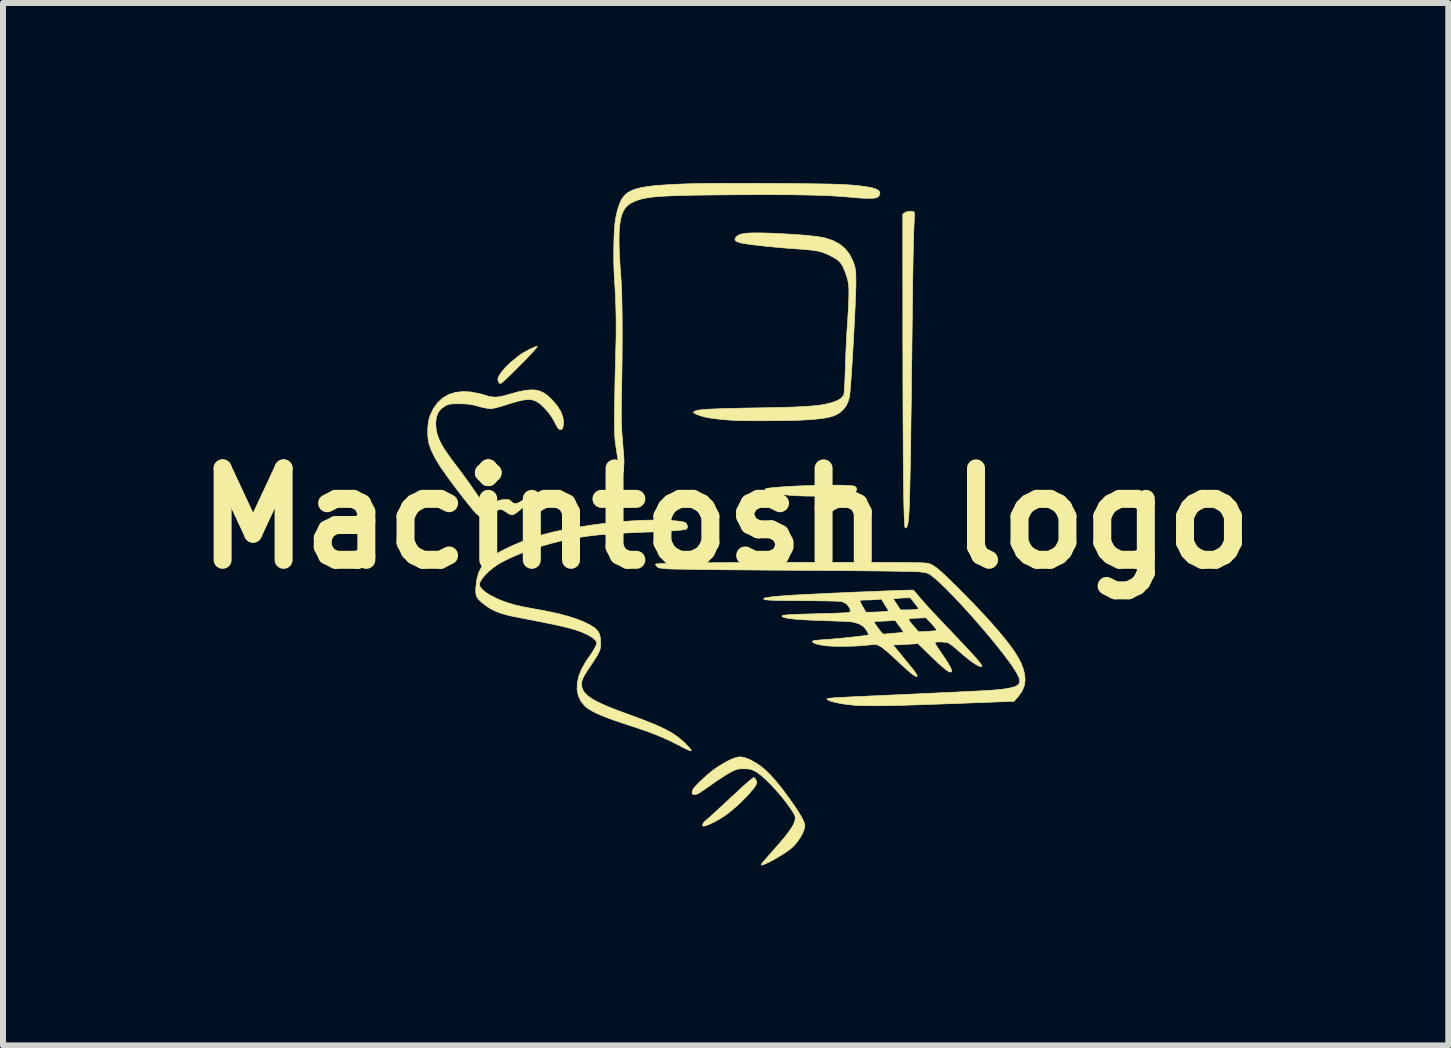
<source format=kicad_pcb>
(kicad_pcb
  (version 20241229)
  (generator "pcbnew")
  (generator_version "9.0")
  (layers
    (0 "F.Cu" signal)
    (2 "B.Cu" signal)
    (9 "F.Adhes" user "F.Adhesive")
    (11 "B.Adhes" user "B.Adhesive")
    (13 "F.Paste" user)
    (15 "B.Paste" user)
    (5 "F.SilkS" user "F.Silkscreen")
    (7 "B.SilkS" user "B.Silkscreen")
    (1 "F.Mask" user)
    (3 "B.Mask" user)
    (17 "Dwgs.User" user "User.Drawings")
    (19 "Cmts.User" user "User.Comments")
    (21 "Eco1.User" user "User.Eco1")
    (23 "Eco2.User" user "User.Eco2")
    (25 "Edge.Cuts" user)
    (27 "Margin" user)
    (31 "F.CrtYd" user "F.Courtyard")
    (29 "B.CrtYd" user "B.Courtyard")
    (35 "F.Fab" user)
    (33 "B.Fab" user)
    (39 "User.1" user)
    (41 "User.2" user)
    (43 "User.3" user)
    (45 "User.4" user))
  (footprint "Macintosh logo"
    (layer "F.Cu")
    (at 9.042 5.59)
    (property "Reference" "Macintosh logo" (at 0 0 0) (layer "F.SilkS") (effects (font (size 1.524 1.524) (thickness 0.3))))
    (attr through_hole)
    (fp_poly (pts (xy -3.142 -2.857) (xy -3.161 -2.833) (xy -3.194 -2.795) (xy -3.238 -2.747) (xy -3.29 -2.692) (xy -3.348 -2.631) (xy -3.411 -2.568) (xy -3.474 -2.504) (xy -3.537 -2.442) (xy -3.595 -2.385) (xy -3.648 -2.334) (xy -3.693 -2.293) (xy -3.727 -2.264) (xy -3.747 -2.249) (xy -3.751 -2.248) (xy -3.772 -2.258) (xy -3.786 -2.279) (xy -3.795 -2.31) (xy -3.79 -2.345) (xy -3.77 -2.387) (xy -3.733 -2.441) (xy -3.727 -2.449) (xy -3.661 -2.526) (xy -3.574 -2.608) (xy -3.471 -2.692) (xy -3.442 -2.714) (xy -3.397 -2.745) (xy -3.343 -2.777) (xy -3.287 -2.808) (xy -3.233 -2.834) (xy -3.186 -2.855) (xy -3.152 -2.866) (xy -3.139 -2.867) (xy -3.142 -2.857)) (stroke (width 0.01) (type solid)) (fill yes) (layer "F.SilkS"))
    (fp_poly (pts (xy 0.487 4.329) (xy 0.505 4.354) (xy 0.518 4.385) (xy 0.521 4.402) (xy 0.511 4.432) (xy 0.485 4.475) (xy 0.444 4.528) (xy 0.391 4.589) (xy 0.328 4.656) (xy 0.259 4.725) (xy 0.185 4.794) (xy 0.11 4.859) (xy 0.035 4.919) (xy 0.025 4.927) (xy -0.034 4.968) (xy -0.104 5.011) (xy -0.177 5.052) (xy -0.248 5.087) (xy -0.309 5.113) (xy -0.346 5.125) (xy -0.371 5.128) (xy -0.38 5.118) (xy -0.381 5.103) (xy -0.37 5.073) (xy -0.335 5.038) (xy -0.328 5.032) (xy -0.306 5.013) (xy -0.268 4.98) (xy -0.217 4.933) (xy -0.156 4.878) (xy -0.088 4.815) (xy -0.016 4.748) (xy 0.001 4.733) (xy 0.119 4.623) (xy 0.219 4.53) (xy 0.302 4.454) (xy 0.368 4.396) (xy 0.418 4.354) (xy 0.451 4.328) (xy 0.468 4.318) (xy 0.47 4.318) (xy 0.487 4.329)) (stroke (width 0.01) (type solid)) (fill yes) (layer "F.SilkS"))
    (fp_poly (pts (xy 1.856 -0.555) (xy 1.947 -0.554) (xy 2.025 -0.551) (xy 2.088 -0.547) (xy 2.133 -0.541) (xy 2.156 -0.535) (xy 2.179 -0.51) (xy 2.183 -0.478) (xy 2.167 -0.446) (xy 2.162 -0.441) (xy 2.136 -0.426) (xy 2.097 -0.412) (xy 2.081 -0.407) (xy 2.02 -0.397) (xy 1.938 -0.388) (xy 1.838 -0.381) (xy 1.725 -0.376) (xy 1.603 -0.373) (xy 1.475 -0.372) (xy 1.347 -0.373) (xy 1.221 -0.377) (xy 1.213 -0.377) (xy 1.08 -0.385) (xy 0.961 -0.397) (xy 0.859 -0.414) (xy 0.778 -0.434) (xy 0.758 -0.44) (xy 0.713 -0.457) (xy 0.677 -0.472) (xy 0.657 -0.482) (xy 0.656 -0.483) (xy 0.66 -0.491) (xy 0.686 -0.499) (xy 0.733 -0.507) (xy 0.797 -0.514) (xy 0.877 -0.521) (xy 0.969 -0.528) (xy 1.072 -0.534) (xy 1.181 -0.54) (xy 1.296 -0.545) (xy 1.414 -0.549) (xy 1.531 -0.552) (xy 1.645 -0.554) (xy 1.755 -0.555) (xy 1.856 -0.555)) (stroke (width 0.01) (type solid)) (fill yes) (layer "F.SilkS"))
    (fp_poly (pts (xy 3.125 -5.114) (xy 3.144 -5.102) (xy 3.144 -5.101) (xy 3.146 -5.083) (xy 3.146 -5.044) (xy 3.145 -4.989) (xy 3.142 -4.92) (xy 3.138 -4.843) (xy 3.138 -4.837) (xy 3.136 -4.787) (xy 3.134 -4.715) (xy 3.131 -4.621) (xy 3.129 -4.509) (xy 3.126 -4.381) (xy 3.123 -4.239) (xy 3.121 -4.085) (xy 3.118 -3.923) (xy 3.116 -3.753) (xy 3.114 -3.579) (xy 3.112 -3.429) (xy 3.108 -3.079) (xy 3.104 -2.753) (xy 3.1 -2.451) (xy 3.097 -2.172) (xy 3.094 -1.914) (xy 3.09 -1.677) (xy 3.087 -1.46) (xy 3.085 -1.261) (xy 3.082 -1.081) (xy 3.079 -0.918) (xy 3.076 -0.77) (xy 3.073 -0.638) (xy 3.071 -0.521) (xy 3.068 -0.416) (xy 3.065 -0.324) (xy 3.062 -0.244) (xy 3.06 -0.173) (xy 3.057 -0.113) (xy 3.054 -0.061) (xy 3.05 -0.017) (xy 3.047 0.02) (xy 3.043 0.051) (xy 3.041 0.072) (xy 3.031 0.116) (xy 3.018 0.146) (xy 3.003 0.16) (xy 2.992 0.154) (xy 2.987 0.135) (xy 2.983 0.092) (xy 2.979 0.027) (xy 2.976 -0.063) (xy 2.972 -0.176) (xy 2.969 -0.313) (xy 2.967 -0.474) (xy 2.964 -0.659) (xy 2.962 -0.868) (xy 2.96 -1.102) (xy 2.959 -1.361) (xy 2.957 -1.644) (xy 2.956 -1.952) (xy 2.955 -2.285) (xy 2.955 -2.643) (xy 2.954 -2.887) (xy 2.953 -5.07) (xy 2.983 -5.094) (xy 3.012 -5.108) (xy 3.051 -5.117) (xy 3.092 -5.119) (xy 3.125 -5.114)) (stroke (width 0.01) (type solid)) (fill yes) (layer "F.SilkS"))
    (fp_poly (pts (xy 0.313 3.983) (xy 0.381 4.009) (xy 0.406 4.02) (xy 0.499 4.07) (xy 0.587 4.13) (xy 0.673 4.202) (xy 0.761 4.289) (xy 0.853 4.394) (xy 0.952 4.518) (xy 0.973 4.547) (xy 1.073 4.683) (xy 1.157 4.802) (xy 1.223 4.904) (xy 1.273 4.989) (xy 1.305 5.056) (xy 1.32 5.105) (xy 1.321 5.118) (xy 1.311 5.176) (xy 1.285 5.245) (xy 1.244 5.318) (xy 1.194 5.391) (xy 1.136 5.457) (xy 1.082 5.507) (xy 1.005 5.562) (xy 0.914 5.621) (xy 0.816 5.679) (xy 0.721 5.729) (xy 0.711 5.733) (xy 0.653 5.76) (xy 0.615 5.774) (xy 0.596 5.777) (xy 0.595 5.767) (xy 0.609 5.745) (xy 0.61 5.744) (xy 0.627 5.723) (xy 0.657 5.688) (xy 0.699 5.64) (xy 0.747 5.585) (xy 0.8 5.525) (xy 0.803 5.522) (xy 0.902 5.409) (xy 0.983 5.312) (xy 1.048 5.228) (xy 1.097 5.158) (xy 1.132 5.098) (xy 1.153 5.047) (xy 1.161 5.004) (xy 1.158 4.967) (xy 1.156 4.959) (xy 1.142 4.929) (xy 1.118 4.887) (xy 1.087 4.839) (xy 1.077 4.824) (xy 1.001 4.72) (xy 0.92 4.618) (xy 0.835 4.521) (xy 0.751 4.43) (xy 0.67 4.35) (xy 0.594 4.284) (xy 0.528 4.234) (xy 0.487 4.21) (xy 0.446 4.191) (xy 0.41 4.179) (xy 0.37 4.174) (xy 0.316 4.172) (xy 0.303 4.172) (xy 0.25 4.173) (xy 0.21 4.176) (xy 0.175 4.186) (xy 0.135 4.202) (xy 0.087 4.226) (xy 0.041 4.252) (xy -0.019 4.289) (xy -0.088 4.334) (xy -0.16 4.382) (xy -0.214 4.42) (xy -0.279 4.466) (xy -0.34 4.509) (xy -0.394 4.545) (xy -0.435 4.572) (xy -0.459 4.586) (xy -0.507 4.603) (xy -0.54 4.601) (xy -0.557 4.581) (xy -0.555 4.545) (xy -0.541 4.51) (xy -0.521 4.483) (xy -0.485 4.443) (xy -0.437 4.395) (xy -0.381 4.342) (xy -0.321 4.288) (xy -0.261 4.237) (xy -0.205 4.192) (xy -0.179 4.173) (xy -0.118 4.132) (xy -0.046 4.088) (xy 0.023 4.048) (xy 0.046 4.037) (xy 0.125 4) (xy 0.192 3.979) (xy 0.252 3.973) (xy 0.313 3.983)) (stroke (width 0.01) (type solid)) (fill yes) (layer "F.SilkS"))
    (fp_poly (pts (xy 0.613 -4.758) (xy 0.749 -4.754) (xy 0.819 -4.751) (xy 1.017 -4.741) (xy 1.193 -4.73) (xy 1.345 -4.718) (xy 1.474 -4.704) (xy 1.579 -4.69) (xy 1.659 -4.674) (xy 1.662 -4.673) (xy 1.792 -4.63) (xy 1.901 -4.571) (xy 1.992 -4.496) (xy 2.065 -4.403) (xy 2.121 -4.292) (xy 2.14 -4.238) (xy 2.152 -4.198) (xy 2.161 -4.162) (xy 2.166 -4.124) (xy 2.17 -4.078) (xy 2.171 -4.019) (xy 2.172 -3.941) (xy 2.172 -3.923) (xy 2.171 -3.862) (xy 2.169 -3.782) (xy 2.165 -3.685) (xy 2.161 -3.574) (xy 2.155 -3.453) (xy 2.149 -3.322) (xy 2.142 -3.186) (xy 2.135 -3.046) (xy 2.127 -2.905) (xy 2.119 -2.766) (xy 2.111 -2.631) (xy 2.103 -2.504) (xy 2.095 -2.385) (xy 2.087 -2.279) (xy 2.08 -2.187) (xy 2.074 -2.113) (xy 2.069 -2.058) (xy 2.064 -2.026) (xy 2.064 -2.023) (xy 2.038 -1.938) (xy 2.005 -1.87) (xy 1.959 -1.814) (xy 1.947 -1.802) (xy 1.906 -1.766) (xy 1.861 -1.737) (xy 1.809 -1.712) (xy 1.747 -1.693) (xy 1.672 -1.676) (xy 1.583 -1.663) (xy 1.475 -1.652) (xy 1.346 -1.643) (xy 1.27 -1.639) (xy 1.198 -1.636) (xy 1.105 -1.633) (xy 0.997 -1.631) (xy 0.879 -1.63) (xy 0.754 -1.629) (xy 0.628 -1.628) (xy 0.505 -1.628) (xy 0.39 -1.629) (xy 0.287 -1.63) (xy 0.201 -1.632) (xy 0.146 -1.634) (xy 0.039 -1.641) (xy -0.067 -1.65) (xy -0.166 -1.661) (xy -0.254 -1.673) (xy -0.323 -1.686) (xy -0.34 -1.69) (xy -0.408 -1.708) (xy -0.465 -1.728) (xy -0.507 -1.745) (xy -0.53 -1.76) (xy -0.533 -1.767) (xy -0.529 -1.778) (xy -0.514 -1.788) (xy -0.489 -1.797) (xy -0.45 -1.805) (xy -0.397 -1.812) (xy -0.329 -1.818) (xy -0.243 -1.823) (xy -0.139 -1.827) (xy -0.015 -1.832) (xy 0.13 -1.835) (xy 0.298 -1.839) (xy 0.47 -1.842) (xy 0.671 -1.845) (xy 0.849 -1.849) (xy 1.005 -1.853) (xy 1.142 -1.857) (xy 1.261 -1.863) (xy 1.365 -1.869) (xy 1.454 -1.876) (xy 1.532 -1.884) (xy 1.6 -1.893) (xy 1.661 -1.904) (xy 1.715 -1.916) (xy 1.765 -1.929) (xy 1.777 -1.933) (xy 1.862 -1.965) (xy 1.924 -2.002) (xy 1.961 -2.044) (xy 1.969 -2.06) (xy 1.974 -2.088) (xy 1.979 -2.14) (xy 1.984 -2.217) (xy 1.989 -2.317) (xy 1.993 -2.44) (xy 1.995 -2.498) (xy 1.999 -2.614) (xy 2.003 -2.737) (xy 2.009 -2.861) (xy 2.014 -2.98) (xy 2.02 -3.086) (xy 2.026 -3.171) (xy 2.033 -3.27) (xy 2.039 -3.377) (xy 2.045 -3.483) (xy 2.05 -3.58) (xy 2.053 -3.658) (xy 2.055 -3.757) (xy 2.054 -3.838) (xy 2.048 -3.908) (xy 2.036 -3.973) (xy 2.017 -4.039) (xy 1.99 -4.115) (xy 1.981 -4.139) (xy 1.949 -4.209) (xy 1.911 -4.265) (xy 1.861 -4.311) (xy 1.794 -4.353) (xy 1.756 -4.373) (xy 1.695 -4.403) (xy 1.637 -4.426) (xy 1.58 -4.445) (xy 1.517 -4.459) (xy 1.444 -4.47) (xy 1.356 -4.479) (xy 1.25 -4.488) (xy 1.213 -4.49) (xy 1.077 -4.5) (xy 0.937 -4.511) (xy 0.797 -4.524) (xy 0.662 -4.537) (xy 0.537 -4.551) (xy 0.426 -4.564) (xy 0.335 -4.577) (xy 0.318 -4.579) (xy 0.24 -4.595) (xy 0.188 -4.613) (xy 0.16 -4.634) (xy 0.156 -4.659) (xy 0.175 -4.689) (xy 0.206 -4.716) (xy 0.235 -4.731) (xy 0.277 -4.743) (xy 0.334 -4.752) (xy 0.408 -4.757) (xy 0.5 -4.759) (xy 0.613 -4.758)) (stroke (width 0.01) (type solid)) (fill yes) (layer "F.SilkS"))
    (fp_poly (pts (xy 0.458 -5.585) (xy 0.633 -5.584) (xy 0.807 -5.584) (xy 0.98 -5.582) (xy 1.147 -5.581) (xy 1.308 -5.579) (xy 1.459 -5.577) (xy 1.598 -5.575) (xy 1.722 -5.573) (xy 1.829 -5.57) (xy 1.917 -5.567) (xy 1.982 -5.564) (xy 2 -5.563) (xy 2.146 -5.552) (xy 2.268 -5.539) (xy 2.367 -5.525) (xy 2.445 -5.509) (xy 2.503 -5.491) (xy 2.543 -5.47) (xy 2.565 -5.446) (xy 2.572 -5.419) (xy 2.566 -5.393) (xy 2.545 -5.363) (xy 2.52 -5.346) (xy 2.484 -5.339) (xy 2.425 -5.335) (xy 2.348 -5.335) (xy 2.256 -5.339) (xy 2.153 -5.347) (xy 2.089 -5.353) (xy 1.987 -5.362) (xy 1.875 -5.37) (xy 1.75 -5.377) (xy 1.61 -5.383) (xy 1.456 -5.388) (xy 1.285 -5.391) (xy 1.096 -5.394) (xy 0.886 -5.395) (xy 0.656 -5.396) (xy 0.403 -5.395) (xy 0.148 -5.394) (xy -0.08 -5.392) (xy -0.284 -5.39) (xy -0.467 -5.388) (xy -0.628 -5.385) (xy -0.771 -5.381) (xy -0.897 -5.377) (xy -1.006 -5.372) (xy -1.102 -5.366) (xy -1.185 -5.359) (xy -1.257 -5.351) (xy -1.32 -5.341) (xy -1.375 -5.33) (xy -1.424 -5.318) (xy -1.468 -5.303) (xy -1.51 -5.288) (xy -1.536 -5.276) (xy -1.589 -5.248) (xy -1.635 -5.213) (xy -1.674 -5.171) (xy -1.706 -5.118) (xy -1.732 -5.054) (xy -1.751 -4.978) (xy -1.765 -4.887) (xy -1.773 -4.78) (xy -1.776 -4.655) (xy -1.774 -4.511) (xy -1.767 -4.346) (xy -1.755 -4.159) (xy -1.745 -4.026) (xy -1.737 -3.899) (xy -1.731 -3.748) (xy -1.727 -3.573) (xy -1.724 -3.374) (xy -1.723 -3.153) (xy -1.723 -2.909) (xy -1.725 -2.645) (xy -1.729 -2.359) (xy -1.732 -2.203) (xy -1.735 -2.055) (xy -1.736 -1.929) (xy -1.737 -1.821) (xy -1.738 -1.729) (xy -1.737 -1.649) (xy -1.735 -1.578) (xy -1.733 -1.513) (xy -1.73 -1.449) (xy -1.725 -1.385) (xy -1.722 -1.353) (xy -1.716 -1.267) (xy -1.709 -1.184) (xy -1.703 -1.108) (xy -1.698 -1.046) (xy -1.695 -1.003) (xy -1.693 -0.951) (xy -1.695 -0.891) (xy -1.7 -0.831) (xy -1.707 -0.776) (xy -1.715 -0.734) (xy -1.724 -0.709) (xy -1.726 -0.707) (xy -1.738 -0.708) (xy -1.745 -0.719) (xy -1.751 -0.742) (xy -1.76 -0.785) (xy -1.771 -0.844) (xy -1.783 -0.915) (xy -1.796 -0.994) (xy -1.809 -1.074) (xy -1.821 -1.153) (xy -1.832 -1.225) (xy -1.84 -1.286) (xy -1.842 -1.308) (xy -1.847 -1.36) (xy -1.85 -1.434) (xy -1.851 -1.528) (xy -1.852 -1.645) (xy -1.851 -1.784) (xy -1.849 -1.946) (xy -1.846 -2.132) (xy -1.842 -2.341) (xy -1.836 -2.575) (xy -1.83 -2.826) (xy -1.825 -3.012) (xy -1.824 -3.185) (xy -1.825 -3.353) (xy -1.829 -3.52) (xy -1.835 -3.694) (xy -1.845 -3.882) (xy -1.855 -4.045) (xy -1.86 -4.151) (xy -1.863 -4.268) (xy -1.864 -4.391) (xy -1.863 -4.516) (xy -1.861 -4.637) (xy -1.856 -4.751) (xy -1.85 -4.852) (xy -1.842 -4.935) (xy -1.836 -4.978) (xy -1.824 -5.043) (xy -1.809 -5.11) (xy -1.794 -5.167) (xy -1.789 -5.181) (xy -1.766 -5.246) (xy -1.74 -5.304) (xy -1.708 -5.354) (xy -1.67 -5.397) (xy -1.624 -5.434) (xy -1.567 -5.465) (xy -1.498 -5.49) (xy -1.415 -5.512) (xy -1.316 -5.529) (xy -1.201 -5.544) (xy -1.066 -5.555) (xy -0.91 -5.565) (xy -0.731 -5.573) (xy -0.629 -5.577) (xy -0.546 -5.579) (xy -0.443 -5.581) (xy -0.322 -5.583) (xy -0.186 -5.584) (xy -0.038 -5.585) (xy 0.121 -5.585) (xy 0.287 -5.585) (xy 0.458 -5.585)) (stroke (width 0.01) (type solid)) (fill yes) (layer "F.SilkS"))
    (fp_poly (pts (xy -3.17 -2.14) (xy -3.097 -2.123) (xy -3.029 -2.092) (xy -2.965 -2.046) (xy -2.899 -1.985) (xy -2.896 -1.981) (xy -2.809 -1.881) (xy -2.748 -1.785) (xy -2.712 -1.692) (xy -2.699 -1.602) (xy -2.711 -1.515) (xy -2.713 -1.509) (xy -2.73 -1.485) (xy -2.758 -1.481) (xy -2.783 -1.494) (xy -2.799 -1.514) (xy -2.821 -1.552) (xy -2.846 -1.598) (xy -2.856 -1.619) (xy -2.902 -1.698) (xy -2.961 -1.777) (xy -3.026 -1.85) (xy -3.093 -1.911) (xy -3.142 -1.944) (xy -3.182 -1.964) (xy -3.224 -1.977) (xy -3.27 -1.982) (xy -3.323 -1.98) (xy -3.387 -1.97) (xy -3.465 -1.952) (xy -3.56 -1.925) (xy -3.675 -1.889) (xy -3.685 -1.885) (xy -3.762 -1.862) (xy -3.831 -1.844) (xy -3.885 -1.832) (xy -3.918 -1.829) (xy -3.954 -1.832) (xy -4.006 -1.842) (xy -4.068 -1.855) (xy -4.125 -1.87) (xy -4.193 -1.888) (xy -4.248 -1.899) (xy -4.3 -1.906) (xy -4.357 -1.91) (xy -4.43 -1.911) (xy -4.439 -1.911) (xy -4.507 -1.911) (xy -4.557 -1.909) (xy -4.592 -1.906) (xy -4.62 -1.899) (xy -4.646 -1.889) (xy -4.67 -1.877) (xy -4.738 -1.83) (xy -4.787 -1.771) (xy -4.817 -1.699) (xy -4.83 -1.609) (xy -4.83 -1.568) (xy -4.824 -1.488) (xy -4.807 -1.408) (xy -4.779 -1.327) (xy -4.737 -1.24) (xy -4.68 -1.145) (xy -4.606 -1.038) (xy -4.55 -0.962) (xy -4.47 -0.856) (xy -4.403 -0.766) (xy -4.346 -0.689) (xy -4.296 -0.62) (xy -4.25 -0.556) (xy -4.207 -0.493) (xy -4.167 -0.435) (xy -4.112 -0.356) (xy -4.067 -0.297) (xy -4.03 -0.256) (xy -3.998 -0.23) (xy -3.97 -0.218) (xy -3.954 -0.216) (xy -3.927 -0.222) (xy -3.888 -0.24) (xy -3.845 -0.263) (xy -3.795 -0.291) (xy -3.751 -0.307) (xy -3.701 -0.314) (xy -3.689 -0.315) (xy -3.643 -0.317) (xy -3.614 -0.314) (xy -3.594 -0.304) (xy -3.579 -0.289) (xy -3.552 -0.265) (xy -3.529 -0.251) (xy -3.528 -0.251) (xy -3.488 -0.249) (xy -3.438 -0.267) (xy -3.379 -0.305) (xy -3.341 -0.337) (xy -3.28 -0.388) (xy -3.233 -0.42) (xy -3.199 -0.435) (xy -3.175 -0.432) (xy -3.175 -0.432) (xy -3.164 -0.42) (xy -3.168 -0.402) (xy -3.175 -0.387) (xy -3.194 -0.361) (xy -3.229 -0.323) (xy -3.275 -0.277) (xy -3.327 -0.228) (xy -3.382 -0.179) (xy -3.435 -0.135) (xy -3.472 -0.105) (xy -3.515 -0.075) (xy -3.548 -0.061) (xy -3.578 -0.061) (xy -3.613 -0.077) (xy -3.66 -0.109) (xy -3.661 -0.109) (xy -3.699 -0.133) (xy -3.735 -0.149) (xy -3.753 -0.152) (xy -3.777 -0.146) (xy -3.816 -0.13) (xy -3.865 -0.106) (xy -3.895 -0.089) (xy -3.963 -0.052) (xy -4.015 -0.031) (xy -4.057 -0.025) (xy -4.093 -0.034) (xy -4.129 -0.058) (xy -4.159 -0.085) (xy -4.193 -0.122) (xy -4.239 -0.178) (xy -4.297 -0.249) (xy -4.363 -0.333) (xy -4.436 -0.427) (xy -4.513 -0.529) (xy -4.594 -0.637) (xy -4.653 -0.718) (xy -4.757 -0.867) (xy -4.839 -1.003) (xy -4.9 -1.126) (xy -4.94 -1.234) (xy -4.948 -1.264) (xy -4.96 -1.345) (xy -4.965 -1.437) (xy -4.961 -1.532) (xy -4.95 -1.621) (xy -4.932 -1.696) (xy -4.928 -1.708) (xy -4.87 -1.829) (xy -4.799 -1.929) (xy -4.714 -2.007) (xy -4.615 -2.065) (xy -4.504 -2.101) (xy -4.38 -2.115) (xy -4.244 -2.108) (xy -4.096 -2.079) (xy -4.019 -2.057) (xy -3.952 -2.037) (xy -3.893 -2.026) (xy -3.837 -2.022) (xy -3.777 -2.027) (xy -3.708 -2.041) (xy -3.623 -2.064) (xy -3.588 -2.074) (xy -3.458 -2.11) (xy -3.347 -2.133) (xy -3.253 -2.143) (xy -3.17 -2.14)) (stroke (width 0.01) (type solid)) (fill yes) (layer "F.SilkS"))
    (fp_poly (pts (xy 2.019 0.731) (xy 2.228 0.731) (xy 2.415 0.731) (xy 2.581 0.732) (xy 2.728 0.732) (xy 2.856 0.733) (xy 2.967 0.734) (xy 3.062 0.735) (xy 3.141 0.736) (xy 3.207 0.737) (xy 3.261 0.739) (xy 3.302 0.741) (xy 3.334 0.743) (xy 3.356 0.745) (xy 3.369 0.747) (xy 3.415 0.761) (xy 3.458 0.783) (xy 3.507 0.817) (xy 3.536 0.839) (xy 3.579 0.876) (xy 3.636 0.928) (xy 3.706 0.994) (xy 3.785 1.071) (xy 3.871 1.155) (xy 3.96 1.245) (xy 4.05 1.337) (xy 4.139 1.429) (xy 4.224 1.518) (xy 4.302 1.601) (xy 4.308 1.607) (xy 4.447 1.761) (xy 4.568 1.901) (xy 4.672 2.027) (xy 4.759 2.141) (xy 4.831 2.245) (xy 4.888 2.341) (xy 4.932 2.429) (xy 4.962 2.512) (xy 4.982 2.59) (xy 4.99 2.667) (xy 4.991 2.694) (xy 4.979 2.785) (xy 4.941 2.876) (xy 4.878 2.966) (xy 4.86 2.987) (xy 4.807 3.047) (xy 3.778 3.086) (xy 3.542 3.094) (xy 3.329 3.102) (xy 3.139 3.108) (xy 2.969 3.113) (xy 2.818 3.117) (xy 2.684 3.119) (xy 2.565 3.121) (xy 2.46 3.121) (xy 2.367 3.12) (xy 2.284 3.119) (xy 2.211 3.116) (xy 2.144 3.112) (xy 2.12 3.11) (xy 2.04 3.102) (xy 1.96 3.091) (xy 1.883 3.077) (xy 1.814 3.062) (xy 1.757 3.047) (xy 1.715 3.031) (xy 1.692 3.017) (xy 1.689 3.011) (xy 1.691 3.007) (xy 1.699 3.003) (xy 1.713 2.999) (xy 1.737 2.995) (xy 1.772 2.992) (xy 1.821 2.988) (xy 1.884 2.984) (xy 1.964 2.98) (xy 2.062 2.975) (xy 2.182 2.969) (xy 2.324 2.963) (xy 2.394 2.959) (xy 2.666 2.947) (xy 2.914 2.936) (xy 3.139 2.926) (xy 3.342 2.916) (xy 3.524 2.908) (xy 3.686 2.9) (xy 3.831 2.894) (xy 3.957 2.887) (xy 4.068 2.882) (xy 4.164 2.877) (xy 4.246 2.873) (xy 4.315 2.869) (xy 4.373 2.866) (xy 4.42 2.863) (xy 4.459 2.86) (xy 4.489 2.858) (xy 4.496 2.857) (xy 4.618 2.845) (xy 4.716 2.83) (xy 4.792 2.812) (xy 4.847 2.791) (xy 4.883 2.764) (xy 4.9 2.731) (xy 4.9 2.691) (xy 4.886 2.643) (xy 4.866 2.602) (xy 4.825 2.532) (xy 4.769 2.447) (xy 4.699 2.35) (xy 4.617 2.242) (xy 4.526 2.127) (xy 4.427 2.005) (xy 4.322 1.88) (xy 4.213 1.754) (xy 4.103 1.628) (xy 3.993 1.506) (xy 3.885 1.389) (xy 3.78 1.279) (xy 3.682 1.179) (xy 3.592 1.092) (xy 3.512 1.018) (xy 3.443 0.961) (xy 3.403 0.932) (xy 3.377 0.917) (xy 3.345 0.907) (xy 3.301 0.898) (xy 3.239 0.891) (xy 3.213 0.888) (xy 3.181 0.887) (xy 3.124 0.885) (xy 3.045 0.883) (xy 2.943 0.881) (xy 2.821 0.879) (xy 2.679 0.877) (xy 2.518 0.875) (xy 2.339 0.873) (xy 2.144 0.871) (xy 1.933 0.869) (xy 1.708 0.868) (xy 1.47 0.866) (xy 1.22 0.864) (xy 1.124 0.864) (xy 0.899 0.862) (xy 0.68 0.861) (xy 0.467 0.859) (xy 0.264 0.857) (xy 0.07 0.856) (xy -0.112 0.854) (xy -0.28 0.852) (xy -0.434 0.85) (xy -0.572 0.848) (xy -0.693 0.846) (xy -0.794 0.845) (xy -0.875 0.843) (xy -0.933 0.841) (xy -0.968 0.84) (xy -0.972 0.839) (xy -1.038 0.833) (xy -1.083 0.828) (xy -1.113 0.821) (xy -1.132 0.812) (xy -1.145 0.8) (xy -1.146 0.799) (xy -1.163 0.776) (xy -1.168 0.762) (xy -1.156 0.758) (xy -1.118 0.755) (xy -1.055 0.752) (xy -0.968 0.749) (xy -0.857 0.746) (xy -0.722 0.743) (xy -0.563 0.741) (xy -0.381 0.739) (xy -0.175 0.737) (xy 0.053 0.735) (xy 0.304 0.734) (xy 0.576 0.733) (xy 0.871 0.732) (xy 1.187 0.731) (xy 1.525 0.731) (xy 1.53 0.731) (xy 1.787 0.731) (xy 2.019 0.731)) (stroke (width 0.01) (type solid)) (fill yes) (layer "F.SilkS"))
    (fp_poly (pts (xy -1.048 0.027) (xy -0.955 0.031) (xy -0.868 0.037) (xy -0.791 0.044) (xy -0.729 0.053) (xy -0.685 0.063) (xy -0.673 0.068) (xy -0.649 0.09) (xy -0.637 0.123) (xy -0.638 0.156) (xy -0.65 0.175) (xy -0.673 0.183) (xy -0.72 0.191) (xy -0.792 0.199) (xy -0.886 0.207) (xy -1.003 0.214) (xy -1.142 0.221) (xy -1.301 0.227) (xy -1.34 0.228) (xy -1.557 0.237) (xy -1.752 0.247) (xy -1.928 0.258) (xy -2.088 0.271) (xy -2.236 0.287) (xy -2.375 0.306) (xy -2.507 0.327) (xy -2.637 0.352) (xy -2.767 0.38) (xy -2.769 0.381) (xy -2.914 0.418) (xy -3.063 0.461) (xy -3.211 0.509) (xy -3.356 0.561) (xy -3.492 0.615) (xy -3.615 0.67) (xy -3.72 0.723) (xy -3.798 0.768) (xy -3.874 0.822) (xy -3.944 0.88) (xy -4.005 0.94) (xy -4.053 0.997) (xy -4.086 1.049) (xy -4.102 1.092) (xy -4.102 1.101) (xy -4.09 1.14) (xy -4.055 1.183) (xy -4 1.23) (xy -3.926 1.277) (xy -3.835 1.324) (xy -3.783 1.348) (xy -3.693 1.384) (xy -3.596 1.416) (xy -3.49 1.446) (xy -3.369 1.473) (xy -3.229 1.5) (xy -3.132 1.517) (xy -2.946 1.552) (xy -2.775 1.59) (xy -2.618 1.632) (xy -2.479 1.677) (xy -2.359 1.725) (xy -2.26 1.774) (xy -2.183 1.824) (xy -2.154 1.849) (xy -2.121 1.889) (xy -2.099 1.935) (xy -2.087 1.993) (xy -2.083 2.07) (xy -2.083 2.084) (xy -2.084 2.124) (xy -2.087 2.159) (xy -2.095 2.192) (xy -2.109 2.228) (xy -2.132 2.271) (xy -2.164 2.323) (xy -2.207 2.39) (xy -2.245 2.447) (xy -2.298 2.527) (xy -2.337 2.589) (xy -2.366 2.639) (xy -2.384 2.678) (xy -2.395 2.712) (xy -2.4 2.743) (xy -2.4 2.764) (xy -2.395 2.814) (xy -2.377 2.862) (xy -2.345 2.909) (xy -2.298 2.954) (xy -2.235 3) (xy -2.153 3.047) (xy -2.052 3.096) (xy -1.93 3.148) (xy -1.786 3.204) (xy -1.675 3.245) (xy -1.504 3.307) (xy -1.356 3.363) (xy -1.228 3.414) (xy -1.116 3.461) (xy -1.02 3.506) (xy -0.937 3.55) (xy -0.865 3.594) (xy -0.8 3.639) (xy -0.742 3.686) (xy -0.686 3.736) (xy -0.663 3.759) (xy -0.616 3.809) (xy -0.585 3.844) (xy -0.572 3.865) (xy -0.577 3.873) (xy -0.601 3.867) (xy -0.645 3.849) (xy -0.709 3.817) (xy -0.775 3.782) (xy -0.903 3.717) (xy -1.034 3.657) (xy -1.172 3.6) (xy -1.323 3.543) (xy -1.492 3.485) (xy -1.55 3.466) (xy -1.714 3.412) (xy -1.856 3.364) (xy -1.976 3.32) (xy -2.078 3.279) (xy -2.162 3.242) (xy -2.231 3.206) (xy -2.287 3.172) (xy -2.331 3.139) (xy -2.351 3.12) (xy -2.415 3.039) (xy -2.456 2.948) (xy -2.475 2.848) (xy -2.471 2.741) (xy -2.446 2.627) (xy -2.398 2.507) (xy -2.328 2.384) (xy -2.286 2.323) (xy -2.239 2.256) (xy -2.2 2.193) (xy -2.169 2.138) (xy -2.151 2.096) (xy -2.146 2.075) (xy -2.158 2.044) (xy -2.191 2.008) (xy -2.242 1.971) (xy -2.307 1.934) (xy -2.327 1.925) (xy -2.373 1.904) (xy -2.421 1.885) (xy -2.473 1.866) (xy -2.531 1.848) (xy -2.598 1.829) (xy -2.674 1.81) (xy -2.763 1.789) (xy -2.867 1.766) (xy -2.987 1.742) (xy -3.126 1.714) (xy -3.285 1.683) (xy -3.467 1.647) (xy -3.486 1.644) (xy -3.619 1.616) (xy -3.73 1.585) (xy -3.826 1.55) (xy -3.911 1.508) (xy -3.989 1.458) (xy -4.06 1.402) (xy -4.107 1.359) (xy -4.138 1.321) (xy -4.156 1.282) (xy -4.164 1.233) (xy -4.163 1.169) (xy -4.162 1.144) (xy -4.146 1.011) (xy -4.112 0.896) (xy -4.06 0.797) (xy -3.988 0.71) (xy -3.925 0.656) (xy -3.849 0.605) (xy -3.753 0.551) (xy -3.641 0.494) (xy -3.519 0.438) (xy -3.39 0.384) (xy -3.259 0.335) (xy -3.239 0.328) (xy -3.079 0.279) (xy -2.899 0.232) (xy -2.701 0.189) (xy -2.489 0.15) (xy -2.268 0.115) (xy -2.041 0.085) (xy -1.812 0.06) (xy -1.585 0.042) (xy -1.365 0.03) (xy -1.154 0.026) (xy -1.141 0.026) (xy -1.048 0.027)) (stroke (width 0.01) (type solid)) (fill yes) (layer "F.SilkS"))
    (fp_poly (pts (xy 3.131 1.194) (xy 3.241 1.324) (xy 3.283 1.372) (xy 3.338 1.434) (xy 3.402 1.505) (xy 3.471 1.579) (xy 3.54 1.652) (xy 3.565 1.679) (xy 3.639 1.757) (xy 3.721 1.844) (xy 3.805 1.932) (xy 3.884 2.015) (xy 3.953 2.088) (xy 3.963 2.098) (xy 4.059 2.201) (xy 4.138 2.287) (xy 4.198 2.356) (xy 4.241 2.408) (xy 4.266 2.443) (xy 4.274 2.462) (xy 4.273 2.465) (xy 4.255 2.47) (xy 4.222 2.46) (xy 4.174 2.435) (xy 4.115 2.396) (xy 4.047 2.346) (xy 3.971 2.285) (xy 3.896 2.219) (xy 3.843 2.173) (xy 3.793 2.131) (xy 3.75 2.099) (xy 3.72 2.079) (xy 3.713 2.075) (xy 3.682 2.067) (xy 3.639 2.061) (xy 3.591 2.058) (xy 3.545 2.058) (xy 3.508 2.061) (xy 3.489 2.067) (xy 3.487 2.068) (xy 3.492 2.081) (xy 3.509 2.112) (xy 3.537 2.155) (xy 3.572 2.208) (xy 3.596 2.243) (xy 3.662 2.34) (xy 3.712 2.418) (xy 3.746 2.478) (xy 3.764 2.521) (xy 3.767 2.548) (xy 3.763 2.554) (xy 3.751 2.56) (xy 3.732 2.558) (xy 3.707 2.545) (xy 3.672 2.522) (xy 3.627 2.485) (xy 3.571 2.435) (xy 3.501 2.37) (xy 3.415 2.289) (xy 3.353 2.228) (xy 3.207 2.086) (xy 3.054 2.096) (xy 2.989 2.1) (xy 2.927 2.104) (xy 2.876 2.106) (xy 2.847 2.107) (xy 2.792 2.108) (xy 2.83 2.156) (xy 2.851 2.181) (xy 2.885 2.222) (xy 2.927 2.274) (xy 2.975 2.333) (xy 3.014 2.38) (xy 3.077 2.458) (xy 3.126 2.518) (xy 3.16 2.564) (xy 3.181 2.597) (xy 3.192 2.618) (xy 3.193 2.63) (xy 3.19 2.634) (xy 3.174 2.631) (xy 3.145 2.617) (xy 3.123 2.604) (xy 3.097 2.584) (xy 3.057 2.55) (xy 3.006 2.505) (xy 2.946 2.451) (xy 2.882 2.392) (xy 2.851 2.362) (xy 2.761 2.279) (xy 2.686 2.213) (xy 2.626 2.164) (xy 2.582 2.133) (xy 2.569 2.126) (xy 2.535 2.11) (xy 2.508 2.101) (xy 2.48 2.099) (xy 2.442 2.102) (xy 2.398 2.108) (xy 2.321 2.116) (xy 2.227 2.123) (xy 2.123 2.128) (xy 2.014 2.13) (xy 1.907 2.131) (xy 1.809 2.13) (xy 1.725 2.126) (xy 1.677 2.122) (xy 1.594 2.11) (xy 1.528 2.096) (xy 1.481 2.08) (xy 1.454 2.064) (xy 1.45 2.048) (xy 1.461 2.038) (xy 1.478 2.034) (xy 1.516 2.03) (xy 1.569 2.025) (xy 1.633 2.02) (xy 1.667 2.017) (xy 1.734 2.013) (xy 1.811 2.006) (xy 1.896 1.999) (xy 1.984 1.99) (xy 2.072 1.981) (xy 2.155 1.972) (xy 2.231 1.963) (xy 2.296 1.955) (xy 2.345 1.948) (xy 2.375 1.942) (xy 2.382 1.94) (xy 2.381 1.926) (xy 2.367 1.898) (xy 2.347 1.864) (xy 2.323 1.831) (xy 2.3 1.805) (xy 2.294 1.799) (xy 2.231 1.76) (xy 2.152 1.733) (xy 2.12 1.727) (xy 2.477 1.727) (xy 2.484 1.743) (xy 2.503 1.773) (xy 2.531 1.813) (xy 2.548 1.836) (xy 2.582 1.881) (xy 2.605 1.909) (xy 2.623 1.923) (xy 2.64 1.928) (xy 2.659 1.926) (xy 2.689 1.922) (xy 2.736 1.918) (xy 2.793 1.913) (xy 2.826 1.911) (xy 2.88 1.906) (xy 2.925 1.902) (xy 2.954 1.899) (xy 2.962 1.897) (xy 2.958 1.885) (xy 2.942 1.858) (xy 2.916 1.82) (xy 2.898 1.796) (xy 2.826 1.699) (xy 2.705 1.707) (xy 2.645 1.71) (xy 2.588 1.713) (xy 2.543 1.714) (xy 2.53 1.714) (xy 2.498 1.717) (xy 2.478 1.724) (xy 2.477 1.727) (xy 2.12 1.727) (xy 2.082 1.721) (xy 2.049 1.719) (xy 1.994 1.716) (xy 1.921 1.713) (xy 1.836 1.71) (xy 1.74 1.706) (xy 1.64 1.703) (xy 1.613 1.702) (xy 1.443 1.696) (xy 1.298 1.688) (xy 1.258 1.685) (xy 3.053 1.685) (xy 3.061 1.706) (xy 3.085 1.737) (xy 3.123 1.782) (xy 3.125 1.783) (xy 3.215 1.889) (xy 3.351 1.883) (xy 3.409 1.879) (xy 3.459 1.875) (xy 3.494 1.871) (xy 3.508 1.868) (xy 3.514 1.861) (xy 3.51 1.847) (xy 3.493 1.823) (xy 3.46 1.785) (xy 3.435 1.757) (xy 3.341 1.654) (xy 3.217 1.66) (xy 3.143 1.663) (xy 3.092 1.666) (xy 3.063 1.673) (xy 3.053 1.685) (xy 1.258 1.685) (xy 1.179 1.68) (xy 1.083 1.67) (xy 1.012 1.659) (xy 0.966 1.647) (xy 0.943 1.633) (xy 0.94 1.626) (xy 0.945 1.62) (xy 0.96 1.615) (xy 0.988 1.61) (xy 1.031 1.606) (xy 1.089 1.602) (xy 1.166 1.599) (xy 1.262 1.595) (xy 1.38 1.592) (xy 1.522 1.588) (xy 1.543 1.587) (xy 1.652 1.585) (xy 1.754 1.582) (xy 1.846 1.578) (xy 1.925 1.575) (xy 1.988 1.572) (xy 2.032 1.57) (xy 2.053 1.568) (xy 2.054 1.567) (xy 2.077 1.554) (xy 2.081 1.529) (xy 2.066 1.49) (xy 2.065 1.488) (xy 2.023 1.432) (xy 1.965 1.396) (xy 1.93 1.385) (xy 1.904 1.382) (xy 1.853 1.379) (xy 1.782 1.377) (xy 1.692 1.374) (xy 1.585 1.373) (xy 1.464 1.371) (xy 1.33 1.371) (xy 1.321 1.371) (xy 1.278 1.37) (xy 2.235 1.37) (xy 2.241 1.386) (xy 2.257 1.418) (xy 2.28 1.459) (xy 2.287 1.472) (xy 2.339 1.562) (xy 2.449 1.561) (xy 2.512 1.559) (xy 2.578 1.556) (xy 2.633 1.552) (xy 2.638 1.551) (xy 2.718 1.543) (xy 2.657 1.443) (xy 2.597 1.344) (xy 2.515 1.351) (xy 2.458 1.355) (xy 2.391 1.358) (xy 2.334 1.359) (xy 2.287 1.36) (xy 2.253 1.364) (xy 2.236 1.369) (xy 2.235 1.37) (xy 1.278 1.37) (xy 1.167 1.37) (xy 1.037 1.369) (xy 0.928 1.368) (xy 0.84 1.366) (xy 0.77 1.363) (xy 0.717 1.36) (xy 0.678 1.357) (xy 0.653 1.352) (xy 0.639 1.346) (xy 0.634 1.34) (xy 0.634 1.34) (xy 2.794 1.34) (xy 2.915 1.524) (xy 3.023 1.524) (xy 3.079 1.523) (xy 3.132 1.52) (xy 3.171 1.517) (xy 3.177 1.516) (xy 3.224 1.508) (xy 3.152 1.415) (xy 3.08 1.322) (xy 3.01 1.323) (xy 2.954 1.325) (xy 2.893 1.329) (xy 2.867 1.332) (xy 2.794 1.34) (xy 0.634 1.34) (xy 0.64 1.332) (xy 0.658 1.325) (xy 0.689 1.318) (xy 0.734 1.311) (xy 0.794 1.303) (xy 0.871 1.296) (xy 0.964 1.289) (xy 1.076 1.281) (xy 1.207 1.273) (xy 1.358 1.265) (xy 1.531 1.257) (xy 1.725 1.247) (xy 1.943 1.238) (xy 2.185 1.227) (xy 2.235 1.225) (xy 2.374 1.22) (xy 2.506 1.214) (xy 2.63 1.209) (xy 2.744 1.205) (xy 2.844 1.201) (xy 2.928 1.198) (xy 2.995 1.196) (xy 3.04 1.194) (xy 3.061 1.194) (xy 3.131 1.194)) (stroke (width 0.01) (type solid)) (fill yes) (layer "F.SilkS")))
  (gr_rect
    (start -3 -3)
    (end 21.085 14.372)
    (stroke (width 0.1) (type default))
    (fill no)
    (layer "Edge.Cuts")))
</source>
